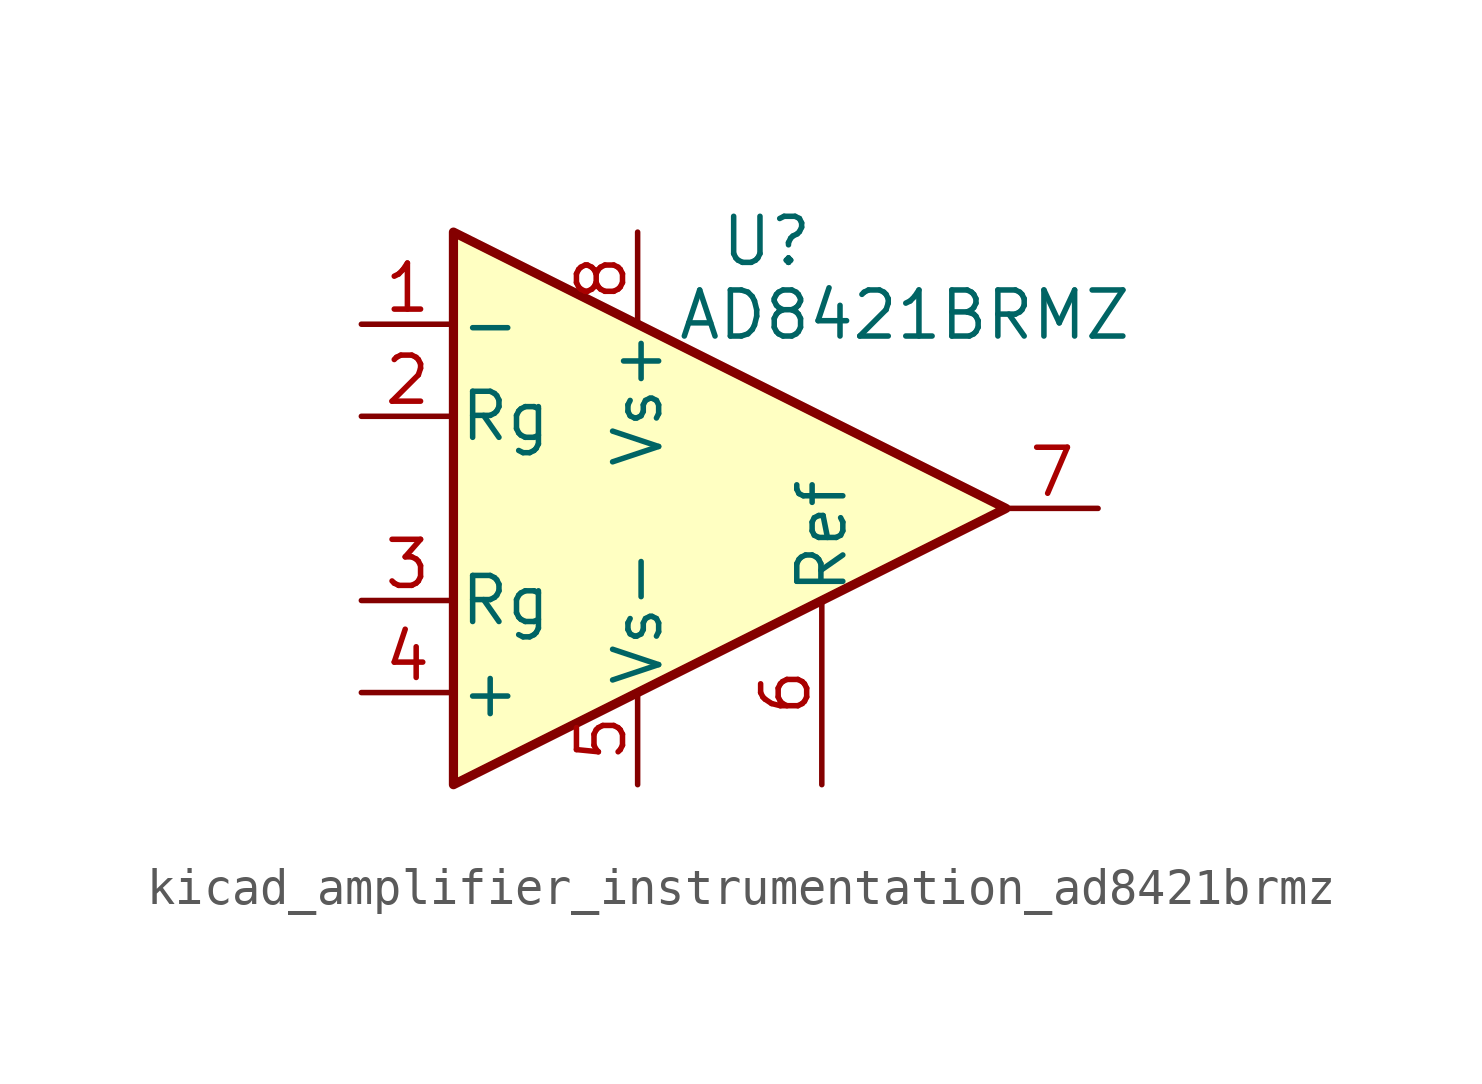
<source format=kicad_sym>
(kicad_symbol_lib
  (version 20220914)
  (generator kicad_symbol_editor)
  (symbol "kicad_amplifier_instrumentation_ad8421brmz"
    (pin_names
      (offset 0.127))
    (property "Reference" "U"
      (at 3.556 7.366 0)
      (effects (font (size 1.27 1.27))))
    (property "Value" "AD8421BRMZ"
      (at 7.366 5.334 0)
      (effects (font (size 1.27 1.27))))
    (symbol "kicad_amplifier_instrumentation_ad8421brmz_0_1"
      (polyline (pts (xy -5.08 7.62) (xy -5.08 -7.62) (xy 10.16 0) (xy -5.08 7.62)) (stroke (width 0.254) (type default)) (fill (type background))))
    (symbol "kicad_amplifier_instrumentation_ad8421brmz_1_1"
      (pin input line (at -7.62 5.08 0) (length 2.54) (name "-" (effects (font (size 1.27 1.27)))) (number "1" (effects (font (size 1.27 1.27)))))
      (pin passive line (at -7.62 2.54 0) (length 2.54) (name "Rg" (effects (font (size 1.27 1.27)))) (number "2" (effects (font (size 1.27 1.27)))))
      (pin passive line (at -7.62 -2.54 0) (length 2.54) (name "Rg" (effects (font (size 1.27 1.27)))) (number "3" (effects (font (size 1.27 1.27)))))
      (pin input line (at -7.62 -5.08 0) (length 2.54) (name "+" (effects (font (size 1.27 1.27)))) (number "4" (effects (font (size 1.27 1.27)))))
      (pin power_in line (at 0 -7.62 90) (length 2.54) (name "Vs-" (effects (font (size 1.27 1.27)))) (number "5" (effects (font (size 1.27 1.27)))))
      (pin passive line (at 5.08 -7.62 90) (length 5.08) (name "Ref" (effects (font (size 1.27 1.27)))) (number "6" (effects (font (size 1.27 1.27)))))
      (pin output line (at 12.7 0 180) (length 2.54) (name "~" (effects (font (size 1.27 1.27)))) (number "7" (effects (font (size 1.27 1.27)))))
      (pin power_in line (at 0 7.62 270) (length 2.54) (name "Vs+" (effects (font (size 1.27 1.27)))) (number "8" (effects (font (size 1.27 1.27))))))))
</source>
